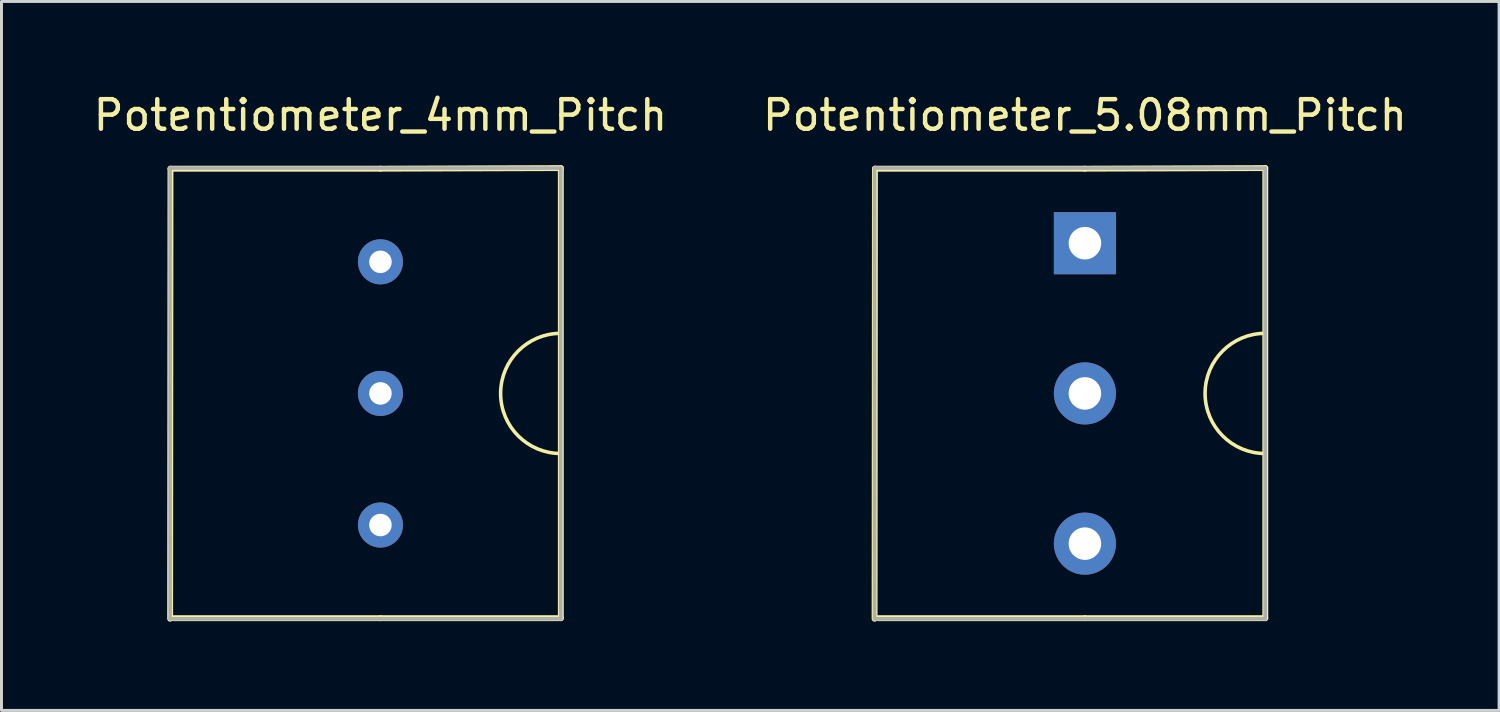
<source format=kicad_pcb>
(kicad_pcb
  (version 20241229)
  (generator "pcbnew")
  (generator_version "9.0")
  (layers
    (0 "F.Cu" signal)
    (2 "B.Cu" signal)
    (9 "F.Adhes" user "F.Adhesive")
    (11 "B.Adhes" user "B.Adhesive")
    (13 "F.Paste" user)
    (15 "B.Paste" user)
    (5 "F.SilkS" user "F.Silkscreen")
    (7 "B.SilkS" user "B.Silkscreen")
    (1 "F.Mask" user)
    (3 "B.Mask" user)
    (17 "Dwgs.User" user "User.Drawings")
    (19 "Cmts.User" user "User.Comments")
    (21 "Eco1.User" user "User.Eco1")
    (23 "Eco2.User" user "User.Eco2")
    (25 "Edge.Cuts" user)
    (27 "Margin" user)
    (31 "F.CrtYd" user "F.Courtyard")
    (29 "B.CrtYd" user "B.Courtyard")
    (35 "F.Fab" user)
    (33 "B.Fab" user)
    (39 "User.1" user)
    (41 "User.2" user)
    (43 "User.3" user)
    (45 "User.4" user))
  (footprint "Potentiometer_5.08mm_Pitch"
    (layer "F.Cu")
    (at 33.637 10.254)
    (property "Reference" "Potentiometer_5.08mm_Pitch" (at 0 -9.406 0) (layer "F.SilkS") (effects (font (size 1 1) (thickness 0.15))))
    (attr through_hole)
    (fp_line (start -7.1 -7.6) (end -7.112 7.62) (stroke (width 0.2) (type solid)) (layer "F.SilkS"))
    (fp_line (start 0 -7.6) (end -7.1 -7.6) (stroke (width 0.2) (type solid)) (layer "F.SilkS"))
    (fp_line (start 0 -7.6) (end 6.1 -7.62) (stroke (width 0.2) (type solid)) (layer "F.SilkS"))
    (fp_line (start 0 7.6) (end -7 7.6) (stroke (width 0.2) (type solid)) (layer "F.SilkS"))
    (fp_line (start 0 7.6) (end 6.1 7.6) (stroke (width 0.2) (type solid)) (layer "F.SilkS"))
    (fp_line (start 6.1 -7.62) (end 6.1 7.6) (stroke (width 0.2) (type solid)) (layer "F.SilkS"))
    (fp_arc (start 6.096 2.032) (mid 4.064 0) (end 6.096 -2.032) (stroke (width 0.12) (type solid)) (layer "F.SilkS"))
    (fp_line (start -7.112 -7.62) (end -7.112 7.62) (stroke (width 0.12) (type solid)) (layer "F.Fab"))
    (fp_line (start -7.112 -7.62) (end 6.096 -7.62) (stroke (width 0.12) (type solid)) (layer "F.Fab"))
    (fp_line (start 6.096 -7.62) (end 6.096 7.62) (stroke (width 0.12) (type solid)) (layer "F.Fab"))
    (fp_line (start 6.096 7.62) (end -7.112 7.62) (stroke (width 0.12) (type solid)) (layer "F.Fab"))
    (pad "1" thru_hole trapezoid (at 0 -5.08) (size 2.1 2.1) (drill 1.1) (layers "*.Cu" "*.Mask"))
    (pad "2" thru_hole circle (at 0 0) (size 2.1 2.1) (drill 1.1) (layers "*.Cu" "*.Mask"))
    (pad "3" thru_hole circle (at 0 5.08) (size 2.1 2.1) (drill 1.1) (layers "*.Cu" "*.Mask")))
  (footprint "Potentiometer_4mm_Pitch"
    (layer "F.Cu")
    (at 9.815 10.254)
    (property "Reference" "Potentiometer_4mm_Pitch" (at 0 -9.406 0) (layer "F.SilkS") (effects (font (size 1 1) (thickness 0.15))))
    (attr through_hole)
    (fp_line (start -7.1 -7.6) (end -7.112 7.62) (stroke (width 0.2) (type solid)) (layer "F.SilkS"))
    (fp_line (start 0 -7.6) (end -7.1 -7.6) (stroke (width 0.2) (type solid)) (layer "F.SilkS"))
    (fp_line (start 0 -7.6) (end 6.1 -7.62) (stroke (width 0.2) (type solid)) (layer "F.SilkS"))
    (fp_line (start 0 7.6) (end -7 7.6) (stroke (width 0.2) (type solid)) (layer "F.SilkS"))
    (fp_line (start 0 7.6) (end 6.1 7.6) (stroke (width 0.2) (type solid)) (layer "F.SilkS"))
    (fp_line (start 6.1 -7.62) (end 6.1 7.6) (stroke (width 0.2) (type solid)) (layer "F.SilkS"))
    (fp_arc (start 6.096 2.032) (mid 4.064 0) (end 6.096 -2.032) (stroke (width 0.12) (type solid)) (layer "F.SilkS"))
    (fp_line (start -7.112 -7.62) (end -7.112 7.62) (stroke (width 0.12) (type solid)) (layer "F.Fab"))
    (fp_line (start -7.112 -7.62) (end 6.096 -7.62) (stroke (width 0.12) (type solid)) (layer "F.Fab"))
    (fp_line (start 6.096 -7.62) (end 6.096 7.62) (stroke (width 0.12) (type solid)) (layer "F.Fab"))
    (fp_line (start 6.096 7.62) (end -7.112 7.62) (stroke (width 0.12) (type solid)) (layer "F.Fab"))
    (pad "1" thru_hole circle (at 0 -4.45) (size 1.524 1.524) (drill 0.762) (layers "*.Cu" "*.Mask"))
    (pad "2" thru_hole circle (at 0 0) (size 1.524 1.524) (drill 0.762) (layers "*.Cu" "*.Mask"))
    (pad "3" thru_hole circle (at 0 4.45) (size 1.524 1.524) (drill 0.762) (layers "*.Cu" "*.Mask")))
  (gr_rect
    (start -3 -3)
    (end 47.643 20.974)
    (stroke (width 0.1) (type default))
    (fill no)
    (layer "Edge.Cuts")))
</source>
